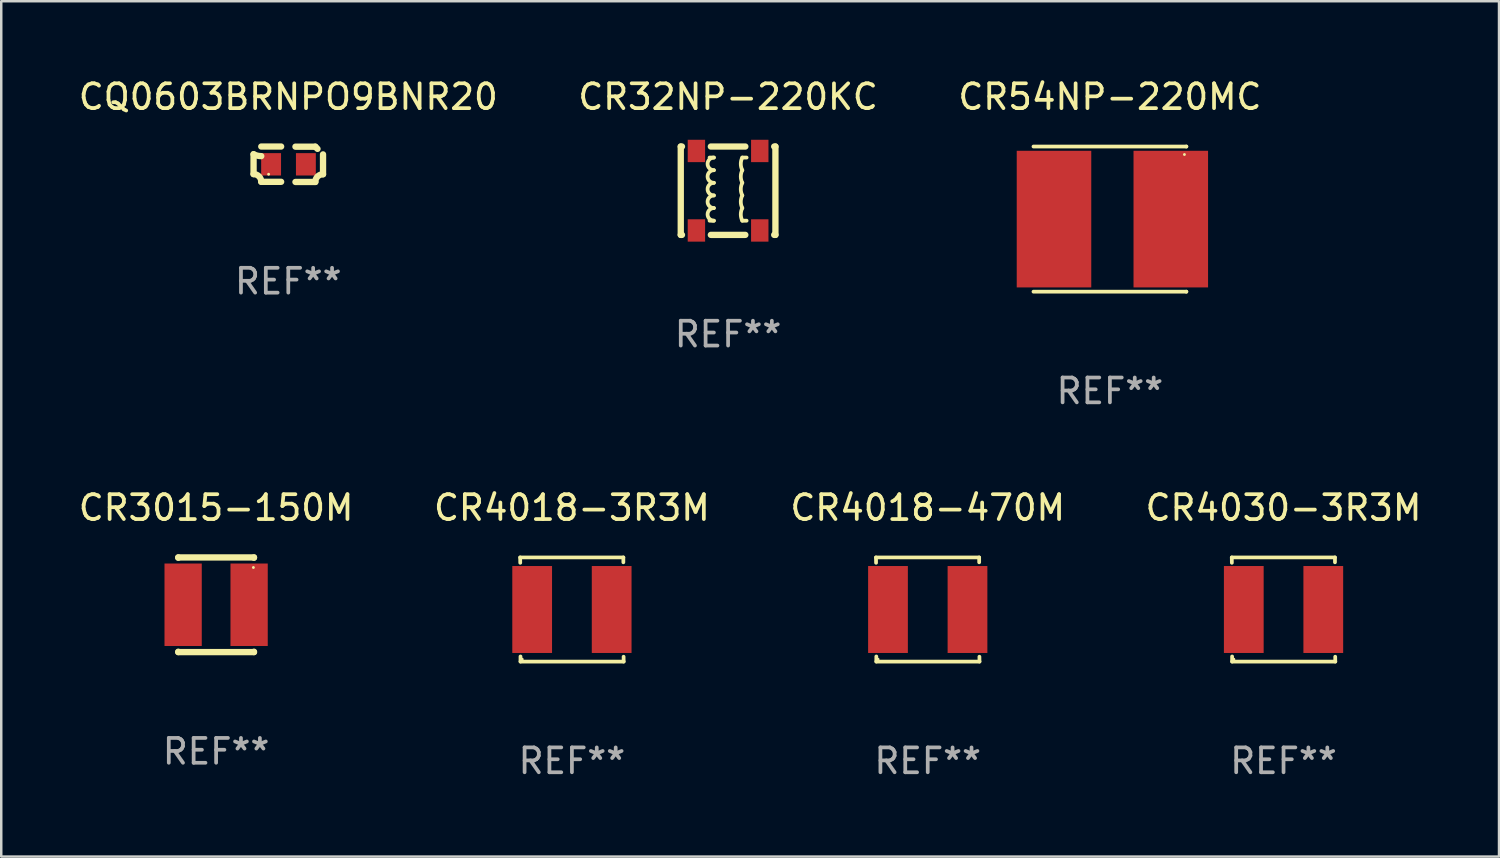
<source format=kicad_pcb>
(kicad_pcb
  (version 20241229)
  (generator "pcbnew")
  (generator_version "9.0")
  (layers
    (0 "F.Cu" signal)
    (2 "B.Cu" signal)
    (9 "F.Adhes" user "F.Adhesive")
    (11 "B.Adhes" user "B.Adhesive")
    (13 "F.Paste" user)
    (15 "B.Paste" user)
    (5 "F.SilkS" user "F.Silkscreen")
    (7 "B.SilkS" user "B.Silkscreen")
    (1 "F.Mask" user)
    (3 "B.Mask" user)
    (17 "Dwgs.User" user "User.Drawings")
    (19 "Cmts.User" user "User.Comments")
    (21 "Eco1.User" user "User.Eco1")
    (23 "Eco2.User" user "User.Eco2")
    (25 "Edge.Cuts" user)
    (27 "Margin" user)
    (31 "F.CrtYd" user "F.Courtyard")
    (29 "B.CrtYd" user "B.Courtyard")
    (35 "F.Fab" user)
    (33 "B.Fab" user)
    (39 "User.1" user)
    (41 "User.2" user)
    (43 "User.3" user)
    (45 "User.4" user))
  (footprint "CR4018-3R3M"
    (layer "F.Cu")
    (at 19.97 21.483)
    (property "Reference" "CR4018-3R3M" (at 0 -4.096 0) (layer "F.SilkS") (effects (font (size 1 1) (thickness 0.15))))
    (attr through_hole)
    (fp_line (start -2.083 -2.096) (end -2.08 -1.88) (stroke (width 0.15) (type solid)) (layer "F.SilkS"))
    (fp_line (start -2.07 1.89) (end -2.07 2.096) (stroke (width 0.15) (type solid)) (layer "F.SilkS"))
    (fp_line (start -2.07 2.096) (end 2.083 2.096) (stroke (width 0.15) (type solid)) (layer "F.SilkS"))
    (fp_line (start 2.07 -1.9) (end 2.07 -2.096) (stroke (width 0.15) (type solid)) (layer "F.SilkS"))
    (fp_line (start 2.07 -2.096) (end -2.083 -2.096) (stroke (width 0.15) (type solid)) (layer "F.SilkS"))
    (fp_line (start 2.083 2.096) (end 2.08 1.9) (stroke (width 0.15) (type solid)) (layer "F.SilkS"))
    (fp_circle (center -2 2) (end -1.97 2) (stroke (width 0.06) (type solid)) (fill no) (layer "F.SilkS"))
    (fp_text user "REF**" (at 0 6.096 0) (layer "F.Fab") (effects (font (size 1 1) (thickness 0.15))))
    (pad "1" smd rect (at -1.6 -0.000343) (size 1.6 3.5) (layers "F.Cu" "F.Mask" "F.Paste"))
    (pad "2" smd rect (at 1.6 -0.000343) (size 1.6 3.5) (layers "F.Cu" "F.Mask" "F.Paste")))
  (footprint "CR4030-3R3M"
    (layer "F.Cu")
    (at 48.613 21.483)
    (property "Reference" "CR4030-3R3M" (at 0 -4.096 0) (layer "F.SilkS") (effects (font (size 1 1) (thickness 0.15))))
    (attr through_hole)
    (fp_line (start -2.083 -2.096) (end -2.08 -1.88) (stroke (width 0.15) (type solid)) (layer "F.SilkS"))
    (fp_line (start -2.07 1.89) (end -2.07 2.096) (stroke (width 0.15) (type solid)) (layer "F.SilkS"))
    (fp_line (start -2.07 2.096) (end 2.083 2.096) (stroke (width 0.15) (type solid)) (layer "F.SilkS"))
    (fp_line (start 2.07 -1.9) (end 2.07 -2.096) (stroke (width 0.15) (type solid)) (layer "F.SilkS"))
    (fp_line (start 2.07 -2.096) (end -2.083 -2.096) (stroke (width 0.15) (type solid)) (layer "F.SilkS"))
    (fp_line (start 2.083 2.096) (end 2.08 1.9) (stroke (width 0.15) (type solid)) (layer "F.SilkS"))
    (fp_circle (center -2 2) (end -1.97 2) (stroke (width 0.06) (type solid)) (fill no) (layer "F.SilkS"))
    (fp_text user "REF**" (at 0 6.096 0) (layer "F.Fab") (effects (font (size 1 1) (thickness 0.15))))
    (pad "1" smd rect (at -1.6 -0.000343) (size 1.6 3.5) (layers "F.Cu" "F.Mask" "F.Paste"))
    (pad "2" smd rect (at 1.6 -0.000343) (size 1.6 3.5) (layers "F.Cu" "F.Mask" "F.Paste")))
  (footprint "CR32NP-220KC"
    (layer "F.Cu")
    (at 26.256 4.626)
    (property "Reference" "CR32NP-220KC" (at 0 -3.778 0) (layer "F.SilkS") (effects (font (size 1 1) (thickness 0.15))))
    (attr through_hole)
    (fp_line (start -1.905 -1.778) (end -1.856 -1.778) (stroke (width 0.254) (type solid)) (layer "F.SilkS"))
    (fp_line (start -1.905 1.778) (end -1.905 -1.778) (stroke (width 0.254) (type solid)) (layer "F.SilkS"))
    (fp_line (start -1.856 1.778) (end -1.905 1.778) (stroke (width 0.254) (type solid)) (layer "F.SilkS"))
    (fp_line (start -0.694 -1.778) (end 0.694 -1.778) (stroke (width 0.254) (type solid)) (layer "F.SilkS"))
    (fp_line (start -0.572 -1.334) (end -0.745 -1.334) (stroke (width 0.152) (type solid)) (layer "F.SilkS"))
    (fp_line (start -0.572 1.207) (end -0.745 1.207) (stroke (width 0.152) (type solid)) (layer "F.SilkS"))
    (fp_line (start 0.571 -1.334) (end 0.745 -1.334) (stroke (width 0.152) (type solid)) (layer "F.SilkS"))
    (fp_line (start 0.571 1.207) (end 0.745 1.207) (stroke (width 0.152) (type solid)) (layer "F.SilkS"))
    (fp_line (start 0.694 1.778) (end -0.694 1.778) (stroke (width 0.254) (type solid)) (layer "F.SilkS"))
    (fp_line (start 1.856 -1.778) (end 1.905 -1.778) (stroke (width 0.254) (type solid)) (layer "F.SilkS"))
    (fp_line (start 1.905 -1.778) (end 1.905 1.778) (stroke (width 0.254) (type solid)) (layer "F.SilkS"))
    (fp_line (start 1.905 1.778) (end 1.856 1.778) (stroke (width 0.254) (type solid)) (layer "F.SilkS"))
    (fp_arc (start -0.571527 -0.825502) (mid -0.825527 -1.079502) (end -0.571527 -1.333502) (stroke (width 0.151994) (type solid)) (layer "F.SilkS"))
    (fp_arc (start -0.571527 -0.317501) (mid -0.825527 -0.571501) (end -0.571527 -0.825501) (stroke (width 0.151994) (type solid)) (layer "F.SilkS"))
    (fp_arc (start -0.571527 0.1905) (mid -0.825527 -0.0635) (end -0.571527 -0.3175) (stroke (width 0.151994) (type solid)) (layer "F.SilkS"))
    (fp_arc (start -0.571527 0.698501) (mid -0.825527 0.444501) (end -0.571527 0.190501) (stroke (width 0.151994) (type solid)) (layer "F.SilkS"))
    (fp_arc (start -0.571527 1.206502) (mid -0.825527 0.952502) (end -0.571527 0.698502) (stroke (width 0.151994) (type solid)) (layer "F.SilkS"))
    (fp_arc (start 0.571475 -0.825476) (mid 0.511501 -1.079487) (end 0.57145 -1.333503) (stroke (width 0.151994) (type solid)) (layer "F.SilkS"))
    (fp_arc (start 0.571476 -0.317501) (mid 0.511519 -0.571488) (end 0.571476 -0.825476) (stroke (width 0.151994) (type solid)) (layer "F.SilkS"))
    (fp_arc (start 0.571476 0.1905) (mid 0.511515 -0.0635) (end 0.571476 -0.317501) (stroke (width 0.151994) (type solid)) (layer "F.SilkS"))
    (fp_arc (start 0.571476 0.698501) (mid 0.511515 0.444501) (end 0.571476 0.1905) (stroke (width 0.151994) (type solid)) (layer "F.SilkS"))
    (fp_arc (start 0.571476 1.206502) (mid 0.511515 0.952502) (end 0.571476 0.698501) (stroke (width 0.151994) (type solid)) (layer "F.SilkS"))
    (fp_circle (center -1.9 1.75) (end -1.87 1.75) (stroke (width 0.06) (type solid)) (fill no) (layer "F.SilkS"))
    (fp_text user "REF**" (at 0 5.778 0) (layer "F.Fab") (effects (font (size 1 1) (thickness 0.15))))
    (pad "1" smd rect (at -1.275 1.6) (size 0.7 0.9) (layers "F.Cu" "F.Mask" "F.Paste"))
    (pad "2" smd rect (at 1.275 1.6) (size 0.7 0.9) (layers "F.Cu" "F.Mask" "F.Paste"))
    (pad "3" smd rect (at 1.275 -1.6) (size 0.7 0.9) (layers "F.Cu" "F.Mask" "F.Paste"))
    (pad "4" smd rect (at -1.275 -1.6) (size 0.7 0.9) (layers "F.Cu" "F.Mask" "F.Paste")))
  (footprint "CR54NP-220MC"
    (layer "F.Cu")
    (at 41.625 5.769)
    (property "Reference" "CR54NP-220MC" (at 0 -4.921 0) (layer "F.SilkS") (effects (font (size 1 1) (thickness 0.15))))
    (attr through_hole)
    (fp_line (start -3.076 2.921) (end 3.076 2.921) (stroke (width 0.152) (type solid)) (layer "F.SilkS"))
    (fp_line (start -3.076 -2.921) (end 3.076 -2.921) (stroke (width 0.152) (type solid)) (layer "F.SilkS"))
    (fp_line (start 3.076 2.921) (end 3.076 2.921) (stroke (width 0.152) (type solid)) (layer "F.SilkS"))
    (fp_line (start 3.076 -2.921) (end 3.076 -2.921) (stroke (width 0.152) (type solid)) (layer "F.SilkS"))
    (fp_circle (center 2.999 -2.6) (end 3.029 -2.6) (stroke (width 0.06) (type solid)) (fill no) (layer "F.SilkS"))
    (fp_text user "REF**" (at 0 6.921 0) (layer "F.Fab") (effects (font (size 1 1) (thickness 0.15))))
    (pad "1" smd rect (at 2.45 -0.000013) (size 3 5.5) (layers "F.Cu" "F.Mask" "F.Paste"))
    (pad "2" smd rect (at -2.251 -0.000013) (size 3 5.5) (layers "F.Cu" "F.Mask" "F.Paste")))
  (footprint "CR4018-470M"
    (layer "F.Cu")
    (at 34.292 21.483)
    (property "Reference" "CR4018-470M" (at 0 -4.096 0) (layer "F.SilkS") (effects (font (size 1 1) (thickness 0.15))))
    (attr through_hole)
    (fp_line (start -2.083 -2.096) (end -2.08 -1.88) (stroke (width 0.15) (type solid)) (layer "F.SilkS"))
    (fp_line (start -2.07 1.89) (end -2.07 2.096) (stroke (width 0.15) (type solid)) (layer "F.SilkS"))
    (fp_line (start -2.07 2.096) (end 2.083 2.096) (stroke (width 0.15) (type solid)) (layer "F.SilkS"))
    (fp_line (start 2.07 -1.9) (end 2.07 -2.096) (stroke (width 0.15) (type solid)) (layer "F.SilkS"))
    (fp_line (start 2.07 -2.096) (end -2.083 -2.096) (stroke (width 0.15) (type solid)) (layer "F.SilkS"))
    (fp_line (start 2.083 2.096) (end 2.08 1.9) (stroke (width 0.15) (type solid)) (layer "F.SilkS"))
    (fp_circle (center -2 2) (end -1.97 2) (stroke (width 0.06) (type solid)) (fill no) (layer "F.SilkS"))
    (fp_text user "REF**" (at 0 6.096 0) (layer "F.Fab") (effects (font (size 1 1) (thickness 0.15))))
    (pad "1" smd rect (at -1.6 -0.000343) (size 1.6 3.5) (layers "F.Cu" "F.Mask" "F.Paste"))
    (pad "2" smd rect (at 1.6 -0.000343) (size 1.6 3.5) (layers "F.Cu" "F.Mask" "F.Paste")))
  (footprint "CQ0603BRNPO9BNR20"
    (layer "F.Cu")
    (at 8.554 3.561)
    (property "Reference" "CQ0603BRNPO9BNR20" (at 0 -2.713 0) (layer "F.SilkS") (effects (font (size 1 1) (thickness 0.15))))
    (attr through_hole)
    (fp_line (start -1.398 -0.403) (end -1.398 0.397) (stroke (width 0.254) (type solid)) (layer "F.SilkS"))
    (fp_line (start -0.288 -0.713) (end -1.088 -0.713) (stroke (width 0.254) (type solid)) (layer "F.SilkS"))
    (fp_line (start -0.288 0.707) (end -1.088 0.707) (stroke (width 0.254) (type solid)) (layer "F.SilkS"))
    (fp_line (start 0.288 -0.707) (end 1.088 -0.707) (stroke (width 0.254) (type solid)) (layer "F.SilkS"))
    (fp_line (start 0.288 0.713) (end 1.088 0.713) (stroke (width 0.254) (type solid)) (layer "F.SilkS"))
    (fp_line (start 1.398 -0.397) (end 1.398 0.403) (stroke (width 0.254) (type solid)) (layer "F.SilkS"))
    (fp_arc (start -1.397789 0.397066) (mid -1.178701 0.487826) (end -1.08796 0.706922) (stroke (width 0.254001) (type solid)) (layer "F.SilkS"))
    (fp_arc (start -1.08796 -0.327176) (mid -1.247436 -0.346384) (end -1.39779 -0.402908) (stroke (width 0.254001) (type solid)) (layer "F.SilkS"))
    (fp_arc (start 1.087909 0.712738) (mid 1.178656 0.493655) (end 1.397739 0.402908) (stroke (width 0.254001) (type solid)) (layer "F.SilkS"))
    (fp_arc (start 1.175925 -0.618926) (mid 1.131917 -0.662923) (end 1.08791 -0.706922) (stroke (width 0.254001) (type solid)) (layer "F.SilkS"))
    (fp_circle (center -0.792 0.403) (end -0.762 0.403) (stroke (width 0.06) (type solid)) (fill no) (layer "F.SilkS"))
    (fp_text user "REF**" (at 0 4.713 0) (layer "F.Fab") (effects (font (size 1 1) (thickness 0.15))))
    (pad "1" smd rect (at -0.692 0.003) (size 0.8 0.9) (layers "F.Cu" "F.Mask" "F.Paste"))
    (pad "2" smd rect (at 0.708 0.003) (size 0.8 0.9) (layers "F.Cu" "F.Mask" "F.Paste")))
  (footprint "CR3015-150M"
    (layer "F.Cu")
    (at 5.649 21.292)
    (property "Reference" "CR3015-150M" (at 0 -3.905 0) (layer "F.SilkS") (effects (font (size 1 1) (thickness 0.15))))
    (attr through_hole)
    (fp_line (start -1.524 -1.905) (end 1.524 -1.905) (stroke (width 0.254) (type solid)) (layer "F.SilkS"))
    (fp_line (start -1.524 -1.891) (end -1.524 -1.905) (stroke (width 0.254) (type solid)) (layer "F.SilkS"))
    (fp_line (start -1.524 1.905) (end -1.524 1.891) (stroke (width 0.254) (type solid)) (layer "F.SilkS"))
    (fp_line (start -1.524 1.905) (end 1.524 1.905) (stroke (width 0.254) (type solid)) (layer "F.SilkS"))
    (fp_line (start 1.524 -1.905) (end 1.524 -1.891) (stroke (width 0.254) (type solid)) (layer "F.SilkS"))
    (fp_line (start 1.524 1.891) (end 1.524 1.905) (stroke (width 0.254) (type solid)) (layer "F.SilkS"))
    (fp_circle (center 1.5 -1.5) (end 1.53 -1.5) (stroke (width 0.06) (type solid)) (fill no) (layer "F.SilkS"))
    (fp_text user "REF**" (at 0 5.905 0) (layer "F.Fab") (effects (font (size 1 1) (thickness 0.15))))
    (pad "1" smd rect (at 1.328 0) (size 1.5 3.32) (layers "F.Cu" "F.Mask" "F.Paste"))
    (pad "2" smd rect (at -1.328 0) (size 1.5 3.32) (layers "F.Cu" "F.Mask" "F.Paste")))
  (gr_rect
    (start -3 -3)
    (end 57.286 31.427)
    (stroke (width 0.1) (type default))
    (fill no)
    (layer "Edge.Cuts")))
</source>
